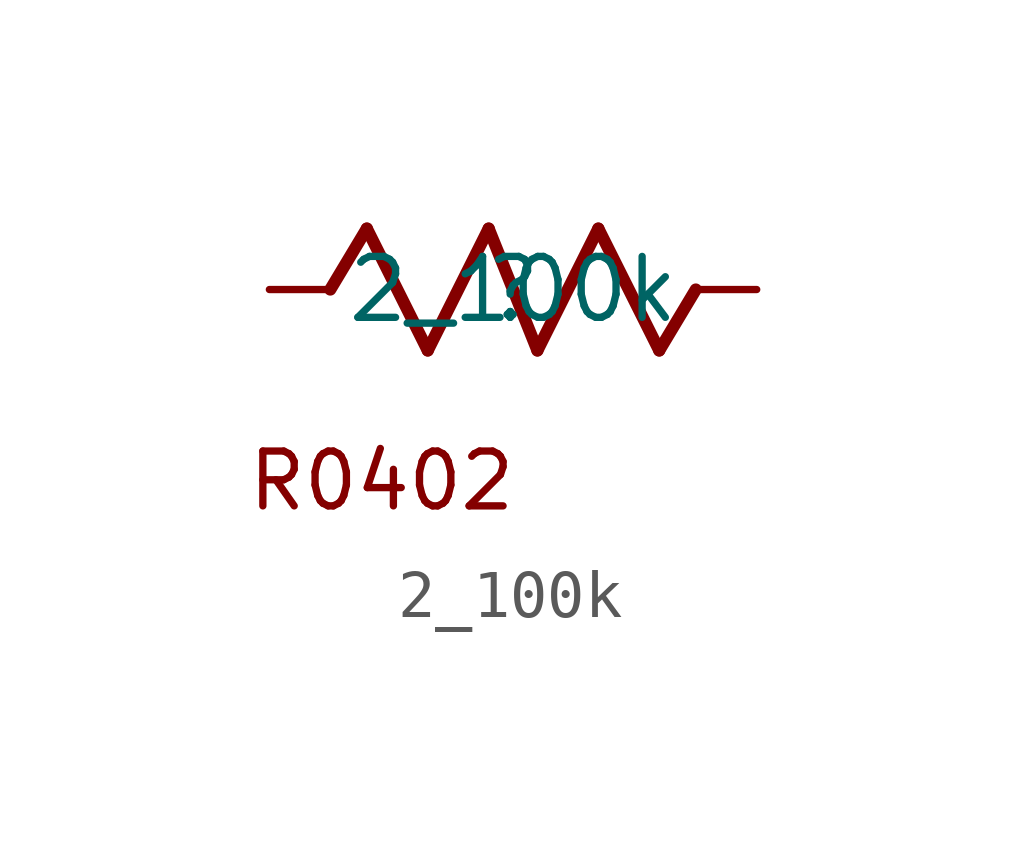
<source format=kicad_sym>
(kicad_symbol_lib
  (version 20211014)
  (generator kicad_symbol_editor)
  (symbol "2_100k"
    (property "Reference" ""
      (at 0 0 0)
      (effects (font (size 1.27 1.27))))
    (property "Value" "2_100k"
      (at 0 0 0)
      (effects (font (size 1.27 1.27))))
    (symbol "2_100k_1_0"
      (polyline (pts (xy -3.81 0) (xy -3.048 1.27)) (stroke (width 0.254) (type default) (color 0 0 0 0)) (fill (type none)))
      (polyline (pts (xy -3.048 1.27) (xy -1.778 -1.27)) (stroke (width 0.254) (type default) (color 0 0 0 0)) (fill (type none)))
      (polyline (pts (xy -1.778 -1.27) (xy -0.508 1.27)) (stroke (width 0.254) (type default) (color 0 0 0 0)) (fill (type none)))
      (polyline (pts (xy -0.508 1.27) (xy 0.508 -1.27)) (stroke (width 0.254) (type default) (color 0 0 0 0)) (fill (type none)))
      (polyline (pts (xy 0.508 -1.27) (xy 1.778 1.27)) (stroke (width 0.254) (type default) (color 0 0 0 0)) (fill (type none)))
      (polyline (pts (xy 1.778 1.27) (xy 3.048 -1.27)) (stroke (width 0.254) (type default) (color 0 0 0 0)) (fill (type none)))
      (polyline (pts (xy 3.048 -1.27) (xy 3.81 0)) (stroke (width 0.254) (type default) (color 0 0 0 0)) (fill (type none)))
      (text "R0402" (at -5.588 -4.658 0) (effects (font (size 1.143 1.143)) (justify left bottom)))
      (pin passive line (at 5.08 0 180) (length 1.27) (name "1" (effects (font (size 0 0)))) (number "1" (effects (font (size 0 0)))))
      (pin passive line (at -5.08 0 0) (length 1.27) (name "2" (effects (font (size 0 0)))) (number "2" (effects (font (size 0 0))))))))
</source>
